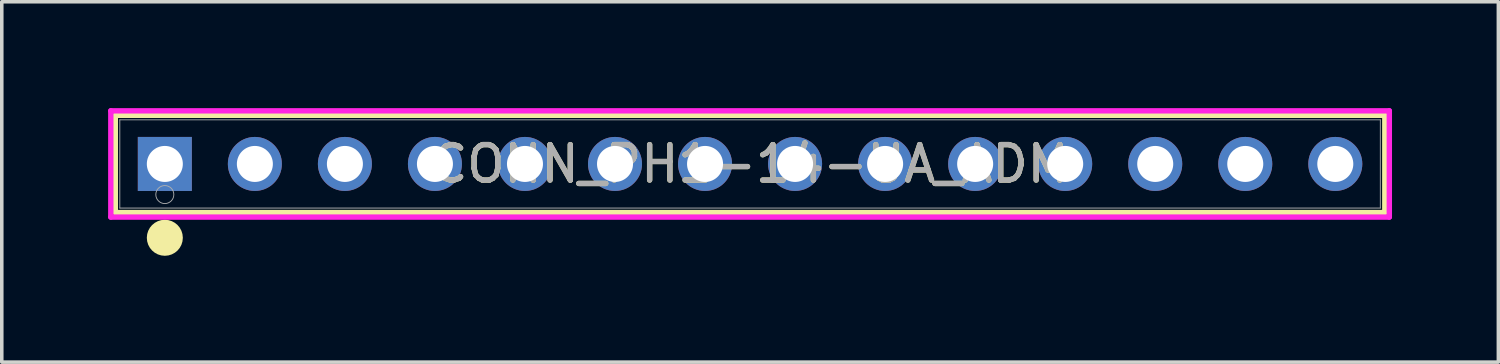
<source format=kicad_pcb>
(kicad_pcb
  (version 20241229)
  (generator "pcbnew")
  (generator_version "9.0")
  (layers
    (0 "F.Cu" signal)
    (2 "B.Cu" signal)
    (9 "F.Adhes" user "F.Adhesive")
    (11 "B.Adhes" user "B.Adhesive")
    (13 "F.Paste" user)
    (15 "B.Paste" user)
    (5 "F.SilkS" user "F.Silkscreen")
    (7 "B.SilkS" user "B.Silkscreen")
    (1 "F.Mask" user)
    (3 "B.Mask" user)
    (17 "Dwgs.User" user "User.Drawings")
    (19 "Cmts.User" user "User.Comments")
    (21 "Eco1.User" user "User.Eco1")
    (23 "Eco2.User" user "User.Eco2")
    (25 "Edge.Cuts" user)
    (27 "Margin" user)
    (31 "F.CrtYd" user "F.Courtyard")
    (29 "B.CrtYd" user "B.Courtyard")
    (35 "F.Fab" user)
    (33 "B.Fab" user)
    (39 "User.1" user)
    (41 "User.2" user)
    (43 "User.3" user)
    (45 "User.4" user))
  (footprint "CONN_PH1-14-UA_ADM"
    (layer "F.Cu")
    (at 1.6 1.575)
    (property "Reference" "CONN_PH1-14-UA_ADM" (at 16.51 0 0) (unlocked yes) (layer "F.SilkS") (effects (font (size 1 1) (thickness 0.15))))
    (attr through_hole)
    (fp_line (start -1.397 -1.372) (end -1.397 1.372) (stroke (width 0.152) (type solid)) (layer "F.SilkS"))
    (fp_line (start -1.397 1.372) (end 34.417 1.372) (stroke (width 0.152) (type solid)) (layer "F.SilkS"))
    (fp_line (start 34.417 -1.372) (end -1.397 -1.372) (stroke (width 0.152) (type solid)) (layer "F.SilkS"))
    (fp_line (start 34.417 1.372) (end 34.417 -1.372) (stroke (width 0.152) (type solid)) (layer "F.SilkS"))
    (fp_circle (center 0 2.083) (end 0.254 2.083) (stroke (width 0.508) (type solid)) (fill no) (layer "F.SilkS"))
    (fp_line (start -1.524 -1.499) (end -1.524 1.499) (stroke (width 0.152) (type solid)) (layer "F.CrtYd"))
    (fp_line (start -1.524 1.499) (end 34.544 1.499) (stroke (width 0.152) (type solid)) (layer "F.CrtYd"))
    (fp_line (start 34.544 -1.499) (end -1.524 -1.499) (stroke (width 0.152) (type solid)) (layer "F.CrtYd"))
    (fp_line (start 34.544 1.499) (end 34.544 -1.499) (stroke (width 0.152) (type solid)) (layer "F.CrtYd"))
    (fp_line (start -1.27 -1.245) (end -1.27 1.245) (stroke (width 0.025) (type solid)) (layer "F.Fab"))
    (fp_line (start -1.27 1.245) (end 34.29 1.245) (stroke (width 0.025) (type solid)) (layer "F.Fab"))
    (fp_line (start 34.29 -1.245) (end -1.27 -1.245) (stroke (width 0.025) (type solid)) (layer "F.Fab"))
    (fp_line (start 34.29 1.245) (end 34.29 -1.245) (stroke (width 0.025) (type solid)) (layer "F.Fab"))
    (fp_circle (center 0 0.864) (end 0.254 0.864) (stroke (width 0.025) (type solid)) (fill no) (layer "F.Fab"))
    (fp_text user "${REFERENCE}" (at 16.51 0 0) (unlocked yes) (layer "F.Fab") (effects (font (size 1 1) (thickness 0.15))))
    (pad "1" thru_hole rect (at 0 0) (size 1.524 1.524) (drill 1.016) (layers "*.Cu" "*.Mask"))
    (pad "2" thru_hole circle (at 2.54 0) (size 1.524 1.524) (drill 1.016) (layers "*.Cu" "*.Mask"))
    (pad "3" thru_hole circle (at 5.08 0) (size 1.524 1.524) (drill 1.016) (layers "*.Cu" "*.Mask"))
    (pad "4" thru_hole circle (at 7.62 0) (size 1.524 1.524) (drill 1.016) (layers "*.Cu" "*.Mask"))
    (pad "5" thru_hole circle (at 10.16 0) (size 1.524 1.524) (drill 1.016) (layers "*.Cu" "*.Mask"))
    (pad "6" thru_hole circle (at 12.7 0) (size 1.524 1.524) (drill 1.016) (layers "*.Cu" "*.Mask"))
    (pad "7" thru_hole circle (at 15.24 0) (size 1.524 1.524) (drill 1.016) (layers "*.Cu" "*.Mask"))
    (pad "8" thru_hole circle (at 17.78 0) (size 1.524 1.524) (drill 1.016) (layers "*.Cu" "*.Mask"))
    (pad "9" thru_hole circle (at 20.32 0) (size 1.524 1.524) (drill 1.016) (layers "*.Cu" "*.Mask"))
    (pad "10" thru_hole circle (at 22.86 0) (size 1.524 1.524) (drill 1.016) (layers "*.Cu" "*.Mask"))
    (pad "11" thru_hole circle (at 25.4 0) (size 1.524 1.524) (drill 1.016) (layers "*.Cu" "*.Mask"))
    (pad "12" thru_hole circle (at 27.94 0) (size 1.524 1.524) (drill 1.016) (layers "*.Cu" "*.Mask"))
    (pad "13" thru_hole circle (at 30.48 0) (size 1.524 1.524) (drill 1.016) (layers "*.Cu" "*.Mask"))
    (pad "14" thru_hole circle (at 33.02 0) (size 1.524 1.524) (drill 1.016) (layers "*.Cu" "*.Mask")))
  (gr_rect
    (start -3 -3)
    (end 39.22 7.166)
    (stroke (width 0.1) (type default))
    (fill no)
    (layer "Edge.Cuts")))
</source>
